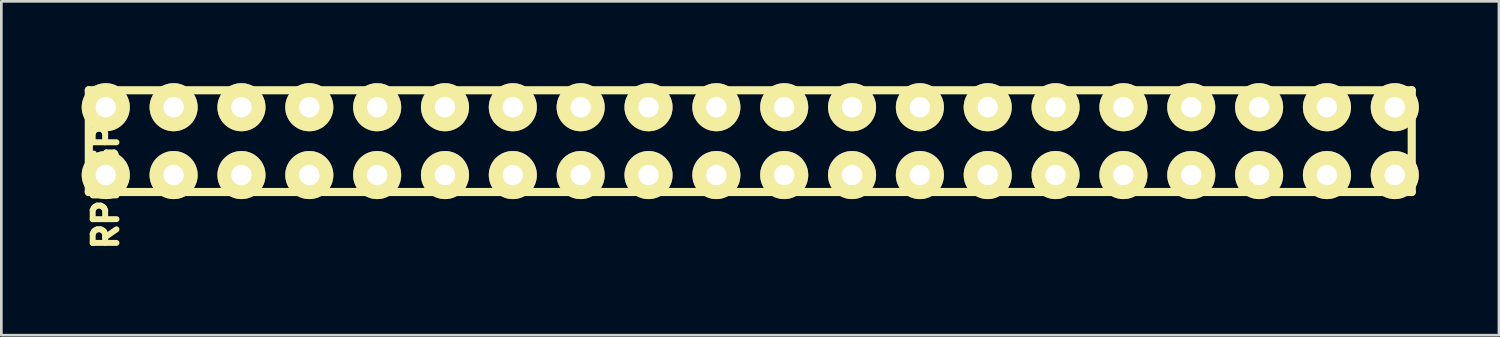
<source format=kicad_pcb>
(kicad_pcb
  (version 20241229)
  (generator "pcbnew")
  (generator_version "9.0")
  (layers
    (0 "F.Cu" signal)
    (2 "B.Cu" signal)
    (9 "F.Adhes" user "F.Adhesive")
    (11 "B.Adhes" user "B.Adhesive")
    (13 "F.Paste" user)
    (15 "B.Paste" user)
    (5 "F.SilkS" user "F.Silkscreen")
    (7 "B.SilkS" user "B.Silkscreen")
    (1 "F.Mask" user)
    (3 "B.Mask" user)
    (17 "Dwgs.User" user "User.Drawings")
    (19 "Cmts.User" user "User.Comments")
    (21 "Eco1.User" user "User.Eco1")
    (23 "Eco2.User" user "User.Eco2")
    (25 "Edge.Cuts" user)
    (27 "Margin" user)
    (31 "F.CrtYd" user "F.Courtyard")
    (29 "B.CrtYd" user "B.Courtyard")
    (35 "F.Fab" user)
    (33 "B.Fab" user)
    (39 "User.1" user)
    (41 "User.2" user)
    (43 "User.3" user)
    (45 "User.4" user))
  (footprint "RPI_GPIO"
    (layer "F.Cu")
    (at 0.91 3.504)
    (property "Reference" "RPI_GPIO" (at 0 -0.254 270) (layer "F.SilkS") (effects (font (size 0.889 0.889) (thickness 0.305))))
    (attr through_hole)
    (fp_line (start -0.635 -3.175) (end -0.635 0.635) (stroke (width 0.305) (type solid)) (layer "F.SilkS"))
    (fp_line (start -0.635 0.635) (end 48.895 0.635) (stroke (width 0.305) (type solid)) (layer "F.SilkS"))
    (fp_line (start 48.895 -3.175) (end -0.635 -3.175) (stroke (width 0.305) (type solid)) (layer "F.SilkS"))
    (fp_line (start 48.895 0.635) (end 48.895 -3.175) (stroke (width 0.305) (type solid)) (layer "F.SilkS"))
    (pad "1" thru_hole circle (at 0 0) (size 1.8 1.8) (drill 0.762) (layers "*.Cu" "*.Mask" "F.SilkS"))
    (pad "2" thru_hole circle (at 0 -2.54 180) (size 1.8 1.8) (drill 0.762) (layers "*.Cu" "*.Mask" "F.SilkS"))
    (pad "3" thru_hole circle (at 2.54 0) (size 1.8 1.8) (drill 0.762) (layers "*.Cu" "*.Mask" "F.SilkS"))
    (pad "4" thru_hole circle (at 2.54 -2.54 180) (size 1.8 1.8) (drill 0.762) (layers "*.Cu" "*.Mask" "F.SilkS"))
    (pad "5" thru_hole circle (at 5.08 0) (size 1.8 1.8) (drill 0.762) (layers "*.Cu" "*.Mask" "F.SilkS"))
    (pad "6" thru_hole circle (at 5.08 -2.54 180) (size 1.8 1.8) (drill 0.762) (layers "*.Cu" "*.Mask" "F.SilkS"))
    (pad "7" thru_hole circle (at 7.62 0) (size 1.8 1.8) (drill 0.762) (layers "*.Cu" "*.Mask" "F.SilkS"))
    (pad "8" thru_hole circle (at 7.62 -2.54 180) (size 1.8 1.8) (drill 0.762) (layers "*.Cu" "*.Mask" "F.SilkS"))
    (pad "9" thru_hole circle (at 10.16 0) (size 1.8 1.8) (drill 0.762) (layers "*.Cu" "*.Mask" "F.SilkS"))
    (pad "10" thru_hole circle (at 10.16 -2.54 180) (size 1.8 1.8) (drill 0.762) (layers "*.Cu" "*.Mask" "F.SilkS"))
    (pad "11" thru_hole circle (at 12.7 0) (size 1.8 1.8) (drill 0.762) (layers "*.Cu" "*.Mask" "F.SilkS"))
    (pad "12" thru_hole circle (at 12.7 -2.54 180) (size 1.8 1.8) (drill 0.762) (layers "*.Cu" "*.Mask" "F.SilkS"))
    (pad "13" thru_hole circle (at 15.24 0) (size 1.8 1.8) (drill 0.762) (layers "*.Cu" "*.Mask" "F.SilkS"))
    (pad "14" thru_hole circle (at 15.24 -2.54 180) (size 1.8 1.8) (drill 0.762) (layers "*.Cu" "*.Mask" "F.SilkS"))
    (pad "15" thru_hole circle (at 17.78 0) (size 1.8 1.8) (drill 0.762) (layers "*.Cu" "*.Mask" "F.SilkS"))
    (pad "16" thru_hole circle (at 17.78 -2.54 180) (size 1.8 1.8) (drill 0.762) (layers "*.Cu" "*.Mask" "F.SilkS"))
    (pad "17" thru_hole circle (at 20.32 0) (size 1.8 1.8) (drill 0.762) (layers "*.Cu" "*.Mask" "F.SilkS"))
    (pad "18" thru_hole circle (at 20.32 -2.54 180) (size 1.8 1.8) (drill 0.762) (layers "*.Cu" "*.Mask" "F.SilkS"))
    (pad "19" thru_hole circle (at 22.86 0) (size 1.8 1.8) (drill 0.762) (layers "*.Cu" "*.Mask" "F.SilkS"))
    (pad "20" thru_hole circle (at 22.86 -2.54 180) (size 1.8 1.8) (drill 0.762) (layers "*.Cu" "*.Mask" "F.SilkS"))
    (pad "21" thru_hole circle (at 25.4 0) (size 1.8 1.8) (drill 0.762) (layers "*.Cu" "*.Mask" "F.SilkS"))
    (pad "22" thru_hole circle (at 25.4 -2.54 180) (size 1.8 1.8) (drill 0.762) (layers "*.Cu" "*.Mask" "F.SilkS"))
    (pad "23" thru_hole circle (at 27.94 0) (size 1.8 1.8) (drill 0.762) (layers "*.Cu" "*.Mask" "F.SilkS"))
    (pad "24" thru_hole circle (at 27.94 -2.54 180) (size 1.8 1.8) (drill 0.762) (layers "*.Cu" "*.Mask" "F.SilkS"))
    (pad "25" thru_hole circle (at 30.48 0) (size 1.8 1.8) (drill 0.762) (layers "*.Cu" "*.Mask" "F.SilkS"))
    (pad "26" thru_hole circle (at 30.48 -2.54 180) (size 1.8 1.8) (drill 0.762) (layers "*.Cu" "*.Mask" "F.SilkS"))
    (pad "27" thru_hole circle (at 33.02 0) (size 1.8 1.8) (drill 0.762) (layers "*.Cu" "*.Mask" "F.SilkS"))
    (pad "28" thru_hole circle (at 33.02 -2.54 180) (size 1.8 1.8) (drill 0.762) (layers "*.Cu" "*.Mask" "F.SilkS"))
    (pad "29" thru_hole circle (at 35.56 0) (size 1.8 1.8) (drill 0.762) (layers "*.Cu" "*.Mask" "F.SilkS"))
    (pad "30" thru_hole circle (at 35.56 -2.54 180) (size 1.8 1.8) (drill 0.762) (layers "*.Cu" "*.Mask" "F.SilkS"))
    (pad "31" thru_hole circle (at 38.1 0) (size 1.8 1.8) (drill 0.762) (layers "*.Cu" "*.Mask" "F.SilkS"))
    (pad "32" thru_hole circle (at 38.1 -2.54 180) (size 1.8 1.8) (drill 0.762) (layers "*.Cu" "*.Mask" "F.SilkS"))
    (pad "33" thru_hole circle (at 40.64 0) (size 1.8 1.8) (drill 0.762) (layers "*.Cu" "*.Mask" "F.SilkS"))
    (pad "34" thru_hole circle (at 40.64 -2.54 180) (size 1.8 1.8) (drill 0.762) (layers "*.Cu" "*.Mask" "F.SilkS"))
    (pad "35" thru_hole circle (at 43.18 0) (size 1.8 1.8) (drill 0.762) (layers "*.Cu" "*.Mask" "F.SilkS"))
    (pad "36" thru_hole circle (at 43.18 -2.54 180) (size 1.8 1.8) (drill 0.762) (layers "*.Cu" "*.Mask" "F.SilkS"))
    (pad "37" thru_hole circle (at 45.72 0) (size 1.8 1.8) (drill 0.762) (layers "*.Cu" "*.Mask" "F.SilkS"))
    (pad "38" thru_hole circle (at 45.72 -2.54 180) (size 1.8 1.8) (drill 0.762) (layers "*.Cu" "*.Mask" "F.SilkS"))
    (pad "39" thru_hole circle (at 48.26 0) (size 1.8 1.8) (drill 0.762) (layers "*.Cu" "*.Mask" "F.SilkS"))
    (pad "40" thru_hole circle (at 48.26 -2.54 180) (size 1.8 1.8) (drill 0.762) (layers "*.Cu" "*.Mask" "F.SilkS")))
  (gr_rect
    (start -3 -3)
    (end 53.07 9.5)
    (stroke (width 0.1) (type default))
    (fill no)
    (layer "Edge.Cuts")))
</source>
